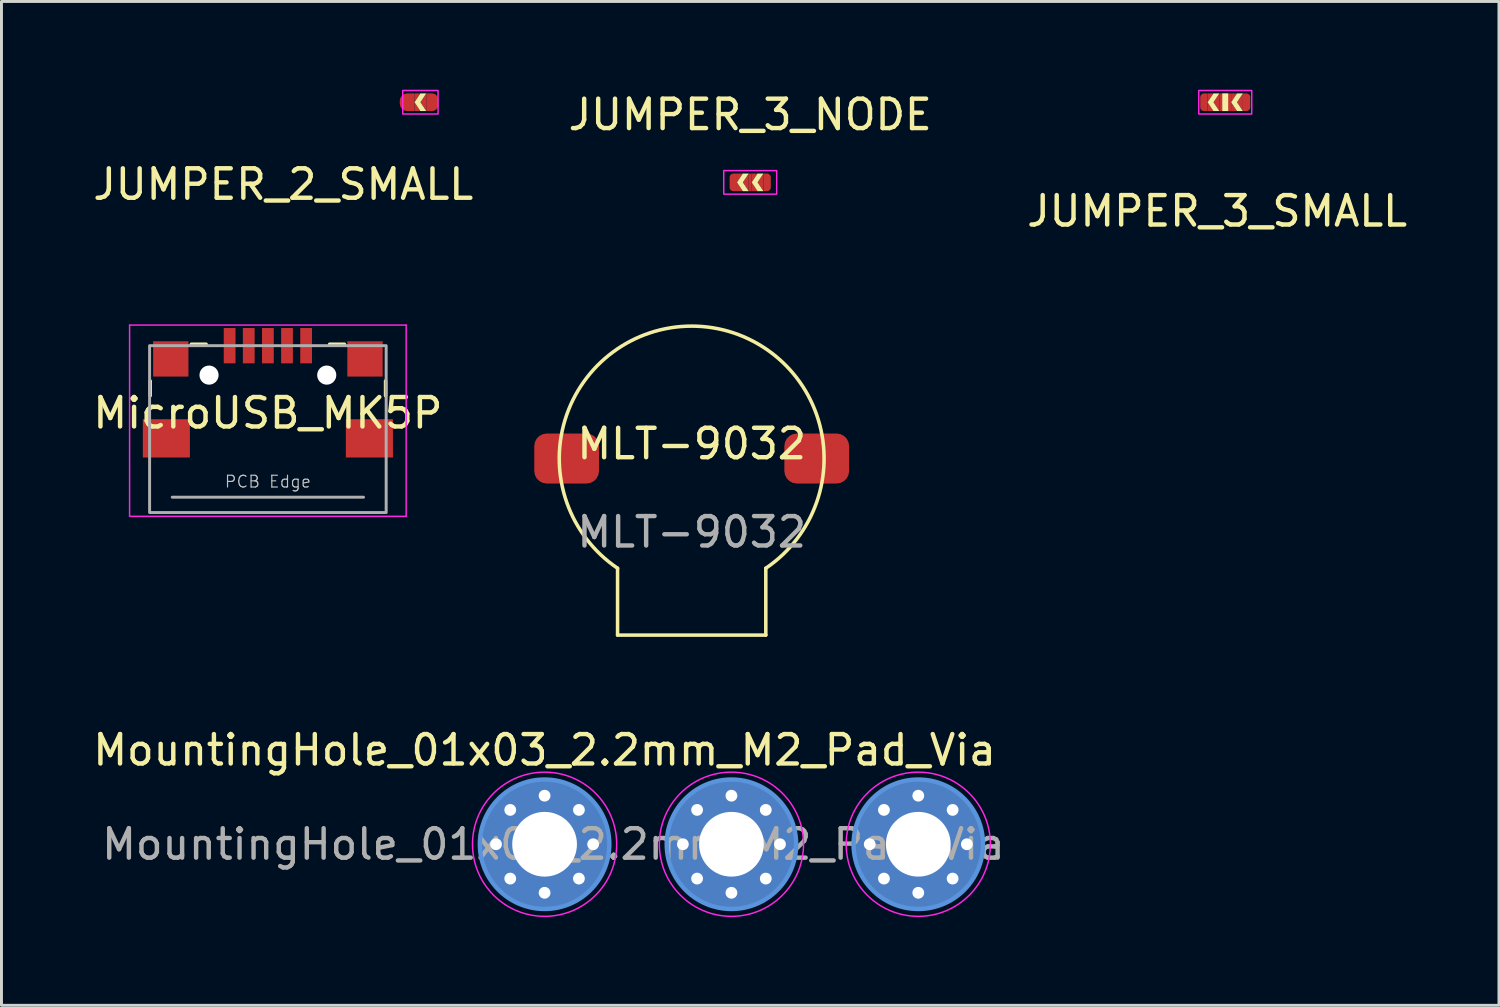
<source format=kicad_pcb>
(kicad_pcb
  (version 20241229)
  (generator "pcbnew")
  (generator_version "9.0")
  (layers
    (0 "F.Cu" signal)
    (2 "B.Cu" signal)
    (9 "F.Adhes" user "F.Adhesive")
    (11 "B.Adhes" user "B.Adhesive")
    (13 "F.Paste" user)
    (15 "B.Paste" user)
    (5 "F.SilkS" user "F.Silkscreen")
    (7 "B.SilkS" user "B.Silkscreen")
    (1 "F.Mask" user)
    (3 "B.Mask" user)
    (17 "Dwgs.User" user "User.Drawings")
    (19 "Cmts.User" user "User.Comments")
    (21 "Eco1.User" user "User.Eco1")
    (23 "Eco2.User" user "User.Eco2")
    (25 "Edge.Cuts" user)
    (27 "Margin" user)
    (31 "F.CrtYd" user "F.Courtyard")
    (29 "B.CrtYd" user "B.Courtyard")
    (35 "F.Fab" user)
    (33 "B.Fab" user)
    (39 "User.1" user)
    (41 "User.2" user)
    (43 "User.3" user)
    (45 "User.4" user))
  (footprint "MLT-9032"
    (layer "F.Cu")
    (at 20.457 12.533)
    (property "Reference" "MLT-9032" (at 0 -0.5 0) (unlocked yes) (layer "F.SilkS") (effects (font (size 1 1) (thickness 0.15))))
    (attr smd)
    (fp_line (start -2.519 3.729) (end -2.519 6) (stroke (width 0.12) (type solid)) (layer "F.SilkS"))
    (fp_line (start 2.519 3.729) (end 2.519 6) (stroke (width 0.12) (type solid)) (layer "F.SilkS"))
    (fp_line (start 2.519 6) (end -2.519 6) (stroke (width 0.12) (type solid)) (layer "F.SilkS"))
    (fp_arc (start -2.519358 3.72865) (mid 0 -4.5) (end 2.519358 3.72865) (stroke (width 0.12) (type solid)) (layer "F.SilkS"))
    (fp_text user "${REFERENCE}" (at 0 2.5 0) (unlocked yes) (layer "F.Fab") (effects (font (size 1 1) (thickness 0.15))))
    (pad "1" smd roundrect (at -4.25 0) (size 2.2 1.7) (layers "F.Cu" "F.Mask" "F.Paste") (roundrect_rratio 0.25))
    (pad "2" smd roundrect (at 4.25 0) (size 2.2 1.7) (layers "F.Cu" "F.Mask" "F.Paste") (roundrect_rratio 0.25)))
  (footprint "JUMPER_3_SMALL"
    (layer "F.Cu")
    (at 38.59 0.425)
    (property "Reference" "JUMPER_3_SMALL" (at -0.275 3.7 0) (unlocked yes) (layer "F.SilkS") (effects (font (size 1 1) (thickness 0.15))))
    (attr smd)
    (fp_poly (pts (xy -0.2 0.3) (xy -0.4 0) (xy -0.2 -0.3)) (stroke (width 0) (type solid)) (fill yes) (layer "F.Cu"))
    (fp_poly (pts (xy 0.6 0.3) (xy 0.4 0) (xy 0.6 -0.3)) (stroke (width 0) (type solid)) (fill yes) (layer "F.Cu"))
    (fp_poly (pts (xy -0.6 0) (xy -0.4 0.3) (xy -0.6 0.3) (xy -0.6 -0.3) (xy -0.4 -0.3)) (stroke (width 0) (type solid)) (fill yes) (layer "F.Cu"))
    (fp_poly (pts (xy 0.2 0) (xy 0.4 0.3) (xy 0.2 0.3) (xy 0.2 -0.3) (xy 0.4 -0.3)) (stroke (width 0) (type solid)) (fill yes) (layer "F.Cu"))
    (fp_rect (start -0.6 0.3) (end -0.1 -0.3) (stroke (width 0) (type solid)) (fill yes) (layer "F.Mask"))
    (fp_rect (start 0.1 0.3) (end 0.6 -0.3) (stroke (width 0) (type solid)) (fill yes) (layer "F.Mask"))
    (fp_rect (start -0.1 -0.3) (end 0.1 0.3) (stroke (width 0) (type solid)) (fill yes) (layer "F.SilkS"))
    (fp_poly (pts (xy -0.4 0) (xy -0.2 0.3) (xy -0.4 0.3) (xy -0.6 0) (xy -0.4 -0.3) (xy -0.2 -0.3)) (stroke (width 0) (type solid)) (fill yes) (layer "F.SilkS"))
    (fp_poly (pts (xy 0.4 0) (xy 0.6 0.3) (xy 0.4 0.3) (xy 0.2 0) (xy 0.4 -0.3) (xy 0.6 -0.3)) (stroke (width 0) (type solid)) (fill yes) (layer "F.SilkS"))
    (fp_rect (start -0.9 -0.4) (end 0.9 0.4) (stroke (width 0.05) (type solid)) (fill no) (layer "F.CrtYd"))
    (pad "1" smd roundrect (at -0.725 0) (size 0.25 0.6) (layers "F.Cu" "F.Mask") (roundrect_rratio 0.5) (chamfer_ratio 0) (chamfer top_right bottom_right))
    (pad "2" smd rect (at 0 0) (size 0.4 0.6) (layers "F.Cu"))
    (pad "3" smd roundrect (at 0.725 0) (size 0.25 0.6) (layers "F.Cu" "F.Mask") (roundrect_rratio 0.5) (chamfer_ratio 0) (chamfer top_left bottom_left)))
  (footprint "JUMPER_3_NODE"
    (layer "F.Cu")
    (at 22.446 3.148)
    (property "Reference" "JUMPER_3_NODE" (at 0 -2.3 0) (unlocked yes) (layer "F.SilkS") (effects (font (size 1 1) (thickness 0.15))))
    (attr smd)
    (fp_poly (pts (xy -0.05 0.3) (xy -0.25 0) (xy -0.05 -0.3)) (stroke (width 0) (type solid)) (fill yes) (layer "F.Cu"))
    (fp_poly (pts (xy 0.45 0.3) (xy 0.25 0) (xy 0.45 -0.3)) (stroke (width 0) (type solid)) (fill yes) (layer "F.Cu"))
    (fp_poly (pts (xy -0.45 0) (xy -0.25 0.3) (xy -0.45 0.3) (xy -0.45 -0.3) (xy -0.25 -0.3)) (stroke (width 0) (type solid)) (fill yes) (layer "F.Cu"))
    (fp_poly (pts (xy 0.05 0) (xy 0.25 0.3) (xy 0.05 0.3) (xy 0.05 -0.3) (xy 0.25 -0.3)) (stroke (width 0) (type solid)) (fill yes) (layer "F.Cu"))
    (fp_rect (start -0.45 0.3) (end 0.45 -0.3) (stroke (width 0) (type solid)) (fill yes) (layer "F.Mask"))
    (fp_poly (pts (xy -0.25 0) (xy -0.05 0.3) (xy -0.25 0.3) (xy -0.45 0) (xy -0.25 -0.3) (xy -0.05 -0.3)) (stroke (width 0) (type solid)) (fill yes) (layer "F.SilkS"))
    (fp_poly (pts (xy 0.25 0) (xy 0.45 0.3) (xy 0.25 0.3) (xy 0.05 0) (xy 0.25 -0.3) (xy 0.45 -0.3)) (stroke (width 0) (type solid)) (fill yes) (layer "F.SilkS"))
    (fp_rect (start -0.9 -0.4) (end 0.9 0.4) (stroke (width 0.05) (type solid)) (fill no) (layer "F.CrtYd"))
    (pad "1" smd roundrect (at -0.575 0) (size 0.25 0.6) (layers "F.Cu" "F.Mask") (roundrect_rratio 0.5) (chamfer_ratio 0) (chamfer top_right bottom_right))
    (pad "2" smd rect (at 0 0) (size 0.1 0.6) (layers "F.Cu" "F.Mask" "F.Paste"))
    (pad "3" smd roundrect (at 0.575 0) (size 0.25 0.6) (layers "F.Cu" "F.Mask") (roundrect_rratio 0.5) (chamfer_ratio 0) (chamfer top_left bottom_left)))
  (footprint "MountingHole_01x03_2.2mm_M2_Pad_Via"
    (layer "F.Cu")
    (at 15.458 25.642)
    (property "Reference" "MountingHole_01x03_2.2mm_M2_Pad_Via" (at 0 -3.2 0) (layer "F.SilkS") (effects (font (size 1 1) (thickness 0.15))))
    (attr exclude_from_pos_files exclude_from_bom)
    (fp_circle (center 0 0) (end 2.2 0) (stroke (width 0.15) (type solid)) (fill no) (layer "Cmts.User"))
    (fp_circle (center 6.35 0) (end 8.55 0) (stroke (width 0.15) (type solid)) (fill no) (layer "Cmts.User"))
    (fp_circle (center 12.7 0) (end 14.9 0) (stroke (width 0.15) (type solid)) (fill no) (layer "Cmts.User"))
    (fp_circle (center 0 0) (end 2.45 0) (stroke (width 0.05) (type solid)) (fill no) (layer "F.CrtYd"))
    (fp_circle (center 6.35 0) (end 8.8 0) (stroke (width 0.05) (type solid)) (fill no) (layer "F.CrtYd"))
    (fp_circle (center 12.7 0) (end 15.15 0) (stroke (width 0.05) (type solid)) (fill no) (layer "F.CrtYd"))
    (fp_text user "${REFERENCE}" (at 0.3 0 0) (layer "F.Fab") (effects (font (size 1 1) (thickness 0.15))))
    (pad "1" thru_hole circle (at -1.65 0) (size 0.7 0.7) (drill 0.4) (layers "*.Cu" "*.Mask"))
    (pad "1" thru_hole circle (at -1.167 -1.167) (size 0.7 0.7) (drill 0.4) (layers "*.Cu" "*.Mask"))
    (pad "1" thru_hole circle (at -1.167 1.167) (size 0.7 0.7) (drill 0.4) (layers "*.Cu" "*.Mask"))
    (pad "1" thru_hole circle (at 0 -1.65) (size 0.7 0.7) (drill 0.4) (layers "*.Cu" "*.Mask"))
    (pad "1" thru_hole circle (at 0 0) (size 4.4 4.4) (drill 2.2) (layers "*.Cu" "*.Mask"))
    (pad "1" thru_hole circle (at 0 1.65) (size 0.7 0.7) (drill 0.4) (layers "*.Cu" "*.Mask"))
    (pad "1" thru_hole circle (at 1.167 -1.167) (size 0.7 0.7) (drill 0.4) (layers "*.Cu" "*.Mask"))
    (pad "1" thru_hole circle (at 1.167 1.167) (size 0.7 0.7) (drill 0.4) (layers "*.Cu" "*.Mask"))
    (pad "1" thru_hole circle (at 1.65 0) (size 0.7 0.7) (drill 0.4) (layers "*.Cu" "*.Mask"))
    (pad "2" thru_hole circle (at 4.7 0) (size 0.7 0.7) (drill 0.4) (layers "*.Cu" "*.Mask"))
    (pad "2" thru_hole circle (at 5.183 -1.167) (size 0.7 0.7) (drill 0.4) (layers "*.Cu" "*.Mask"))
    (pad "2" thru_hole circle (at 5.183 1.167) (size 0.7 0.7) (drill 0.4) (layers "*.Cu" "*.Mask"))
    (pad "2" thru_hole circle (at 6.35 -1.65) (size 0.7 0.7) (drill 0.4) (layers "*.Cu" "*.Mask"))
    (pad "2" thru_hole circle (at 6.35 0) (size 4.4 4.4) (drill 2.2) (layers "*.Cu" "*.Mask"))
    (pad "2" thru_hole circle (at 6.35 1.65) (size 0.7 0.7) (drill 0.4) (layers "*.Cu" "*.Mask"))
    (pad "2" thru_hole circle (at 7.517 -1.167) (size 0.7 0.7) (drill 0.4) (layers "*.Cu" "*.Mask"))
    (pad "2" thru_hole circle (at 7.517 1.167) (size 0.7 0.7) (drill 0.4) (layers "*.Cu" "*.Mask"))
    (pad "2" thru_hole circle (at 8 0) (size 0.7 0.7) (drill 0.4) (layers "*.Cu" "*.Mask"))
    (pad "3" thru_hole circle (at 11.05 0) (size 0.7 0.7) (drill 0.4) (layers "*.Cu" "*.Mask"))
    (pad "3" thru_hole circle (at 11.533 -1.167) (size 0.7 0.7) (drill 0.4) (layers "*.Cu" "*.Mask"))
    (pad "3" thru_hole circle (at 11.533 1.167) (size 0.7 0.7) (drill 0.4) (layers "*.Cu" "*.Mask"))
    (pad "3" thru_hole circle (at 12.7 -1.65) (size 0.7 0.7) (drill 0.4) (layers "*.Cu" "*.Mask"))
    (pad "3" thru_hole circle (at 12.7 0) (size 4.4 4.4) (drill 2.2) (layers "*.Cu" "*.Mask"))
    (pad "3" thru_hole circle (at 12.7 1.65) (size 0.7 0.7) (drill 0.4) (layers "*.Cu" "*.Mask"))
    (pad "3" thru_hole circle (at 13.867 -1.167) (size 0.7 0.7) (drill 0.4) (layers "*.Cu" "*.Mask"))
    (pad "3" thru_hole circle (at 13.867 1.167) (size 0.7 0.7) (drill 0.4) (layers "*.Cu" "*.Mask"))
    (pad "3" thru_hole circle (at 14.35 0) (size 0.7 0.7) (drill 0.4) (layers "*.Cu" "*.Mask")))
  (footprint "JUMPER_2_SMALL"
    (layer "F.Cu")
    (at 11.237 0.425)
    (property "Reference" "JUMPER_2_SMALL" (at -4.66 2.79 0) (unlocked yes) (layer "F.SilkS") (effects (font (size 1 1) (thickness 0.15))))
    (attr smd)
    (fp_poly (pts (xy 0.2 0.3) (xy 0 0) (xy 0.2 -0.3)) (stroke (width 0) (type solid)) (fill yes) (layer "F.Cu"))
    (fp_poly (pts (xy -0.2 0) (xy 0 0.3) (xy -0.2 0.3) (xy -0.2 -0.3) (xy 0 -0.3)) (stroke (width 0) (type solid)) (fill yes) (layer "F.Cu"))
    (fp_rect (start -0.2 0.3) (end 0.2 -0.3) (stroke (width 0) (type solid)) (fill yes) (layer "F.Mask"))
    (fp_poly (pts (xy 0 0) (xy 0.2 0.3) (xy 0 0.3) (xy -0.2 0) (xy 0 -0.3) (xy 0.2 -0.3)) (stroke (width 0) (type solid)) (fill yes) (layer "F.SilkS"))
    (fp_rect (start -0.6 -0.4) (end 0.6 0.4) (stroke (width 0.05) (type solid)) (fill no) (layer "F.CrtYd"))
    (pad "1" smd roundrect (at -0.45 0) (size 0.5 0.6) (layers "F.Cu" "F.Mask") (roundrect_rratio 0.5) (chamfer_ratio 0) (chamfer top_right bottom_right))
    (pad "2" smd roundrect (at 0.4 0) (size 0.4 0.6) (layers "F.Cu" "F.Mask") (roundrect_rratio 0.5) (chamfer_ratio 0) (chamfer top_left bottom_left)))
  (footprint "MicroUSB_MK5P"
    (layer "F.Cu")
    (at 6.054 11.848)
    (property "Reference" "MicroUSB_MK5P" (at 0 -0.86 0) (unlocked yes) (layer "F.SilkS") (effects (font (size 1 1) (thickness 0.15))))
    (attr smd)
    (fp_line (start -4 -1.45) (end -4 -1.95) (stroke (width 0.12) (type solid)) (layer "F.SilkS"))
    (fp_line (start -2.1 -3.2) (end -2.6 -3.2) (stroke (width 0.12) (type solid)) (layer "F.SilkS"))
    (fp_line (start 2.6 -3.2) (end 2.1 -3.2) (stroke (width 0.12) (type solid)) (layer "F.SilkS"))
    (fp_line (start 4 -1.95) (end 4 -1.45) (stroke (width 0.12) (type solid)) (layer "F.SilkS"))
    (fp_line (start -4.7 -3.85) (end 4.7 -3.85) (stroke (width 0.05) (type solid)) (layer "F.CrtYd"))
    (fp_line (start -4.7 2.65) (end -4.7 -3.85) (stroke (width 0.05) (type solid)) (layer "F.CrtYd"))
    (fp_line (start 4.7 -3.85) (end 4.7 2.65) (stroke (width 0.05) (type solid)) (layer "F.CrtYd"))
    (fp_line (start 4.7 2.65) (end -4.7 2.65) (stroke (width 0.05) (type solid)) (layer "F.CrtYd"))
    (fp_line (start -3.25 2) (end 3.25 2) (stroke (width 0.1) (type solid)) (layer "F.Fab"))
    (fp_rect (start -4.02 -3.15) (end 4.02 2.52) (stroke (width 0.1) (type solid)) (fill no) (layer "F.Fab"))
    (fp_text user "PCB Edge" (at 0 1.47 180) (layer "Dwgs.User") (effects (font (size 0.4 0.4) (thickness 0.04))))
    (pad "" np_thru_hole circle (at -2 -2.15) (size 0.65 0.65) (drill 0.65) (layers "*.Cu" "*.Mask"))
    (pad "" np_thru_hole circle (at 2 -2.15) (size 0.65 0.65) (drill 0.65) (layers "*.Cu" "*.Mask"))
    (pad "1" smd rect (at -1.3 -3.15) (size 0.4 1.2) (layers "F.Cu" "F.Mask" "F.Paste"))
    (pad "2" smd rect (at -0.65 -3.15) (size 0.4 1.2) (layers "F.Cu" "F.Mask" "F.Paste"))
    (pad "3" smd rect (at 0 -3.15) (size 0.4 1.2) (layers "F.Cu" "F.Mask" "F.Paste"))
    (pad "4" smd rect (at 0.65 -3.15) (size 0.4 1.2) (layers "F.Cu" "F.Mask" "F.Paste"))
    (pad "5" smd rect (at 1.3 -3.15) (size 0.4 1.2) (layers "F.Cu" "F.Mask" "F.Paste"))
    (pad "6" smd rect (at -3.45 0) (size 1.6 1.3) (layers "F.Cu" "F.Mask" "F.Paste"))
    (pad "6" smd rect (at -3.3 -2.7) (size 1.2 1.2) (layers "F.Cu" "F.Mask" "F.Paste"))
    (pad "6" smd rect (at 3.3 -2.7) (size 1.2 1.2) (layers "F.Cu" "F.Mask" "F.Paste"))
    (pad "6" smd rect (at 3.45 0) (size 1.6 1.3) (layers "F.Cu" "F.Mask" "F.Paste")))
  (gr_rect
    (start -3 -3)
    (end 47.893 31.116)
    (stroke (width 0.1) (type default))
    (fill no)
    (layer "Edge.Cuts")))
</source>
